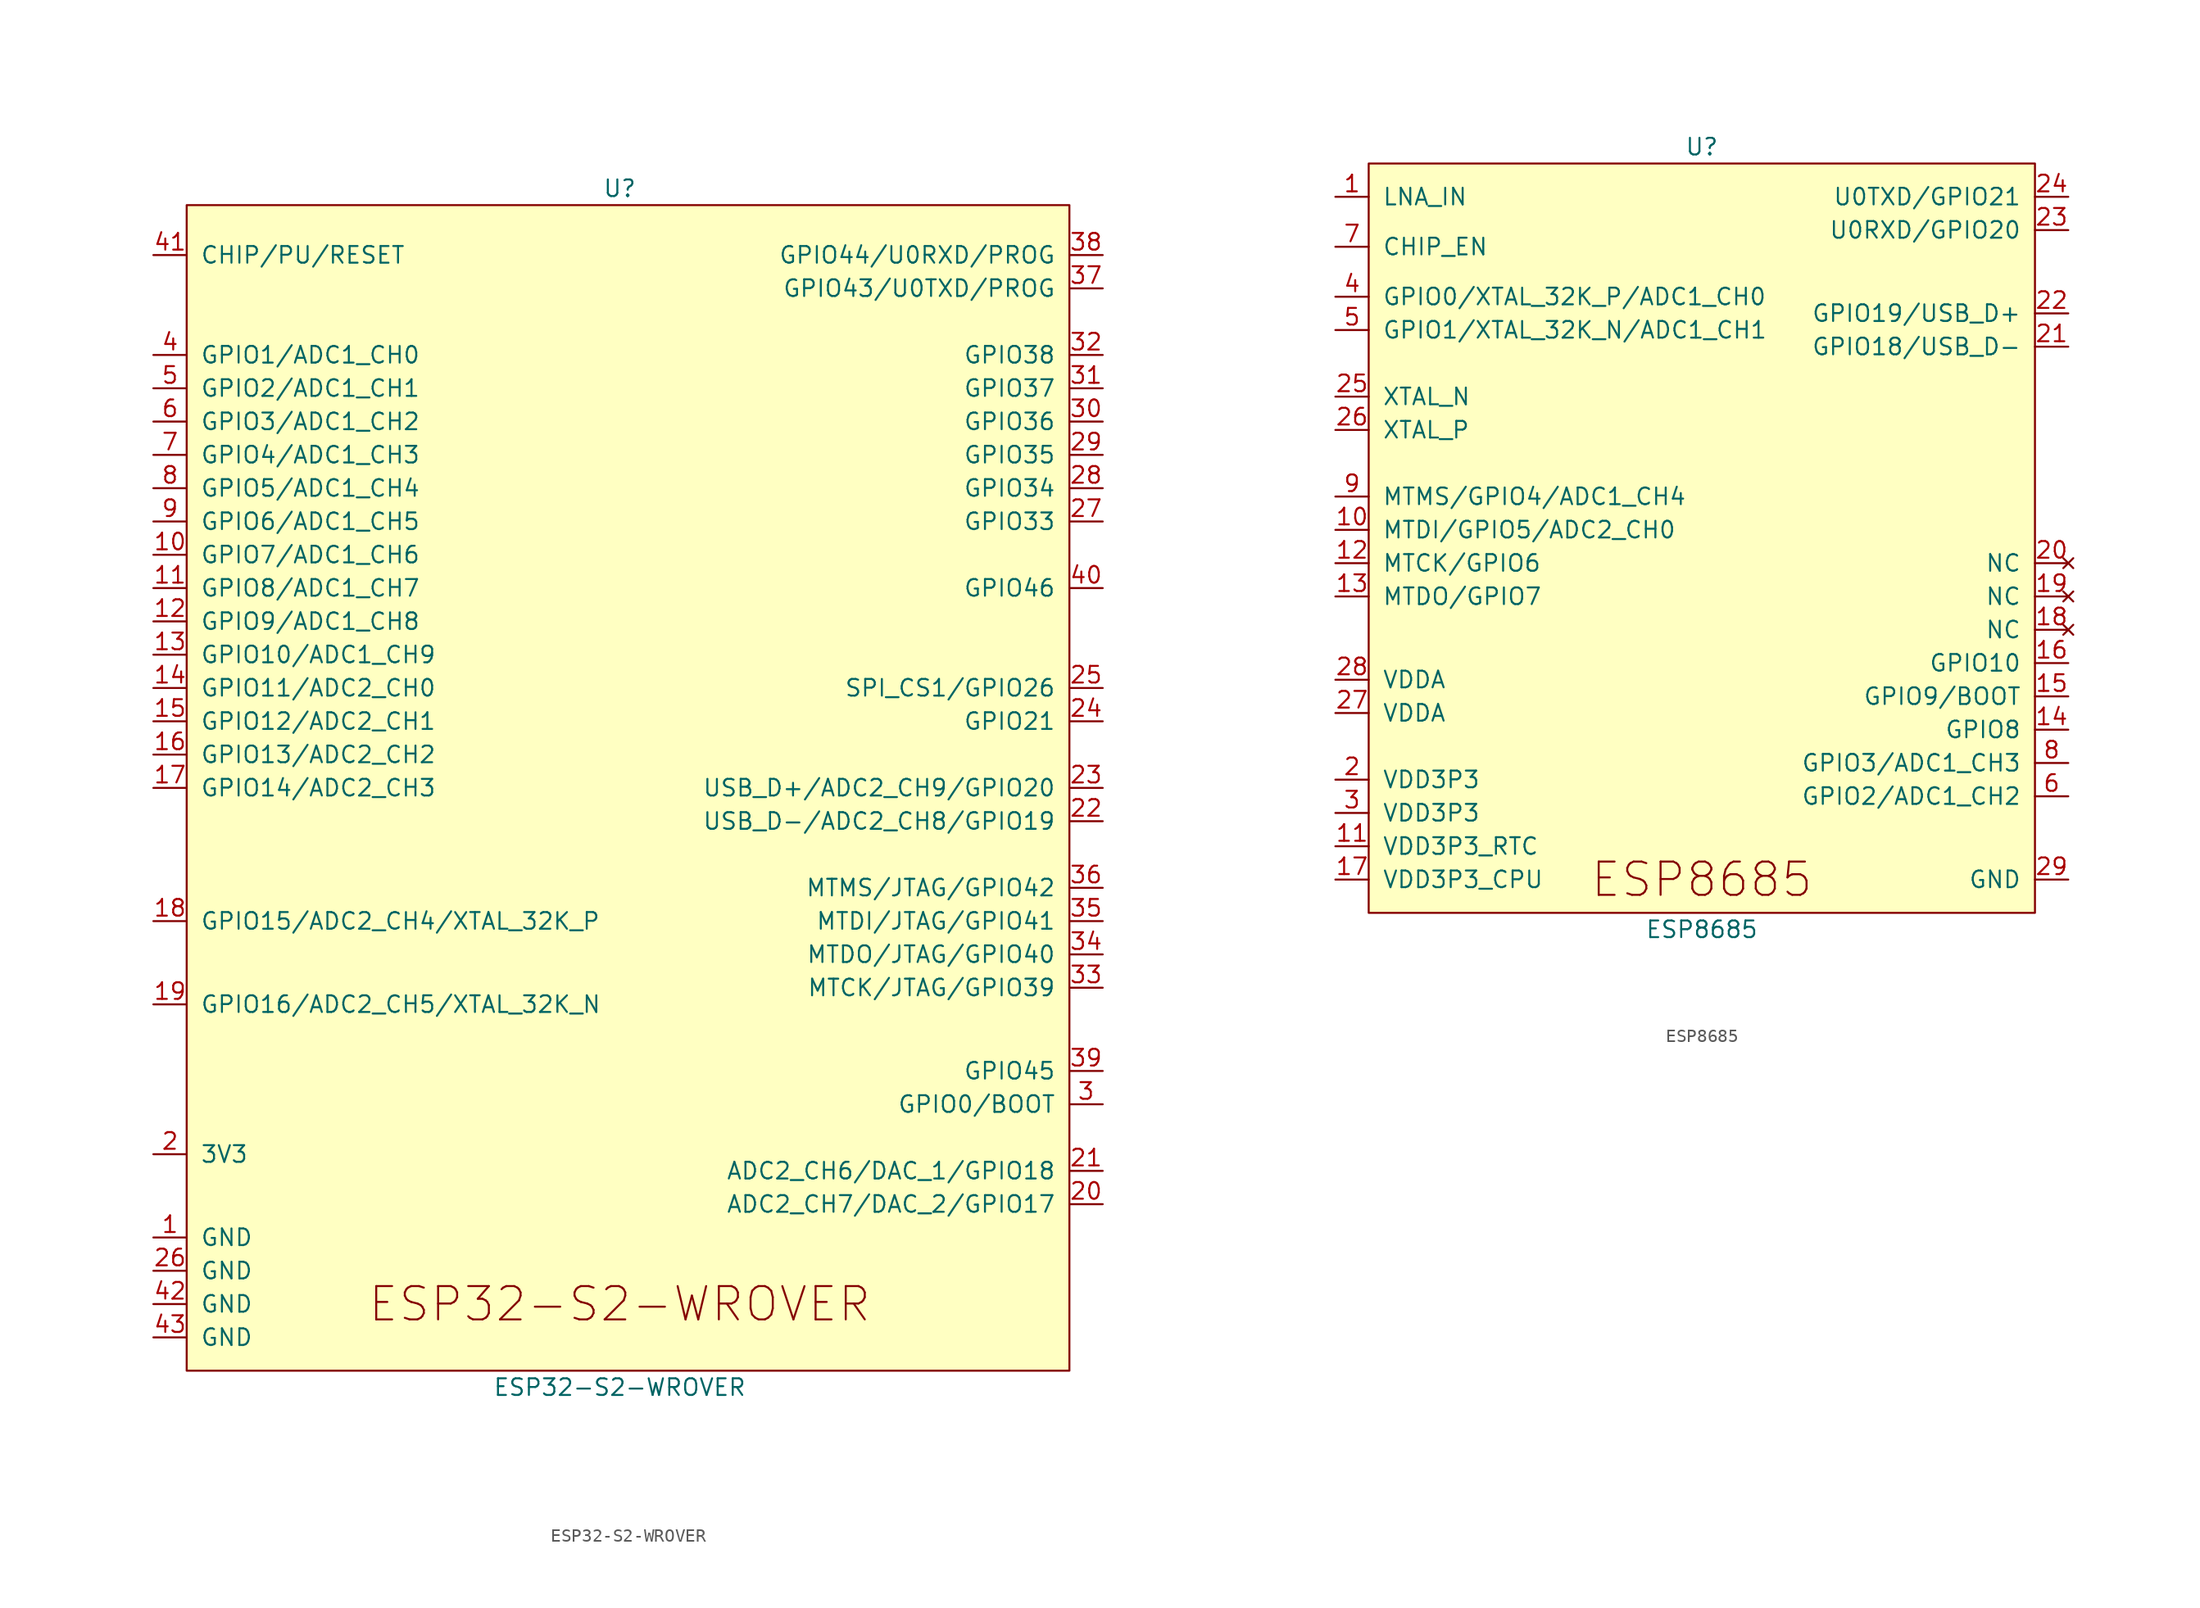
<source format=kicad_sym>
(kicad_symbol_lib
  (version 20211014)
  (generator kicad_symbol_editor)
  (symbol "ESP32-S2-WROVER"
    (pin_names
      (offset 1.016))
    (property "Reference" "U"
      (at 0 45.72 0)
      (effects (font (size 1.27 1.27))))
    (property "Value" "ESP32-S2-WROVER"
      (at 0 -45.72 0)
      (effects (font (size 1.27 1.27))))
    (symbol "ESP32-S2-WROVER_0_0"
      (rectangle (start -33.02 44.45) (end 34.29 -44.45) (stroke (width 0) (type default) (color 0 0 0 0)) (fill (type background)))
      (text "ESP32-S2-WROVER" (at 0 -39.37 0) (effects (font (size 2.54 2.54))))
      (pin power_in line (at -35.56 -34.29 0) (length 2.54) (name "GND" (effects (font (size 1.27 1.27)))) (number "1" (effects (font (size 1.27 1.27)))))
      (pin bidirectional line (at -35.56 17.78 0) (length 2.54) (name "GPIO7/ADC1_CH6" (effects (font (size 1.27 1.27)))) (number "10" (effects (font (size 1.27 1.27)))))
      (pin bidirectional line (at -35.56 15.24 0) (length 2.54) (name "GPIO8/ADC1_CH7" (effects (font (size 1.27 1.27)))) (number "11" (effects (font (size 1.27 1.27)))))
      (pin bidirectional line (at -35.56 12.7 0) (length 2.54) (name "GPIO9/ADC1_CH8" (effects (font (size 1.27 1.27)))) (number "12" (effects (font (size 1.27 1.27)))))
      (pin bidirectional line (at -35.56 10.16 0) (length 2.54) (name "GPIO10/ADC1_CH9" (effects (font (size 1.27 1.27)))) (number "13" (effects (font (size 1.27 1.27)))))
      (pin bidirectional line (at -35.56 7.62 0) (length 2.54) (name "GPIO11/ADC2_CH0" (effects (font (size 1.27 1.27)))) (number "14" (effects (font (size 1.27 1.27)))))
      (pin bidirectional line (at -35.56 5.08 0) (length 2.54) (name "GPIO12/ADC2_CH1" (effects (font (size 1.27 1.27)))) (number "15" (effects (font (size 1.27 1.27)))))
      (pin bidirectional line (at -35.56 2.54 0) (length 2.54) (name "GPIO13/ADC2_CH2" (effects (font (size 1.27 1.27)))) (number "16" (effects (font (size 1.27 1.27)))))
      (pin bidirectional line (at -35.56 0 0) (length 2.54) (name "GPIO14/ADC2_CH3" (effects (font (size 1.27 1.27)))) (number "17" (effects (font (size 1.27 1.27)))))
      (pin bidirectional line (at -35.56 -10.16 0) (length 2.54) (name "GPIO15/ADC2_CH4/XTAL_32K_P" (effects (font (size 1.27 1.27)))) (number "18" (effects (font (size 1.27 1.27)))))
      (pin bidirectional line (at -35.56 -16.51 0) (length 2.54) (name "GPIO16/ADC2_CH5/XTAL_32K_N" (effects (font (size 1.27 1.27)))) (number "19" (effects (font (size 1.27 1.27)))))
      (pin power_in line (at -35.56 -27.94 0) (length 2.54) (name "3V3" (effects (font (size 1.27 1.27)))) (number "2" (effects (font (size 1.27 1.27)))))
      (pin bidirectional line (at 36.83 -31.75 180) (length 2.54) (name "ADC2_CH7/DAC_2/GPIO17" (effects (font (size 1.27 1.27)))) (number "20" (effects (font (size 1.27 1.27)))))
      (pin bidirectional line (at 36.83 -29.21 180) (length 2.54) (name "ADC2_CH6/DAC_1/GPIO18" (effects (font (size 1.27 1.27)))) (number "21" (effects (font (size 1.27 1.27)))))
      (pin bidirectional line (at 36.83 -2.54 180) (length 2.54) (name "USB_D-/ADC2_CH8/GPIO19" (effects (font (size 1.27 1.27)))) (number "22" (effects (font (size 1.27 1.27)))))
      (pin bidirectional line (at 36.83 0 180) (length 2.54) (name "USB_D+/ADC2_CH9/GPIO20" (effects (font (size 1.27 1.27)))) (number "23" (effects (font (size 1.27 1.27)))))
      (pin bidirectional line (at 36.83 5.08 180) (length 2.54) (name "GPIO21" (effects (font (size 1.27 1.27)))) (number "24" (effects (font (size 1.27 1.27)))))
      (pin bidirectional line (at 36.83 7.62 180) (length 2.54) (name "SPI_CS1/GPIO26" (effects (font (size 1.27 1.27)))) (number "25" (effects (font (size 1.27 1.27)))))
      (pin power_in line (at -35.56 -36.83 0) (length 2.54) (name "GND" (effects (font (size 1.27 1.27)))) (number "26" (effects (font (size 1.27 1.27)))))
      (pin bidirectional line (at 36.83 20.32 180) (length 2.54) (name "GPIO33" (effects (font (size 1.27 1.27)))) (number "27" (effects (font (size 1.27 1.27)))))
      (pin bidirectional line (at 36.83 22.86 180) (length 2.54) (name "GPIO34" (effects (font (size 1.27 1.27)))) (number "28" (effects (font (size 1.27 1.27)))))
      (pin bidirectional line (at 36.83 25.4 180) (length 2.54) (name "GPIO35" (effects (font (size 1.27 1.27)))) (number "29" (effects (font (size 1.27 1.27)))))
      (pin bidirectional line (at 36.83 -24.13 180) (length 2.54) (name "GPIO0/BOOT" (effects (font (size 1.27 1.27)))) (number "3" (effects (font (size 1.27 1.27)))))
      (pin bidirectional line (at 36.83 27.94 180) (length 2.54) (name "GPIO36" (effects (font (size 1.27 1.27)))) (number "30" (effects (font (size 1.27 1.27)))))
      (pin bidirectional line (at 36.83 30.48 180) (length 2.54) (name "GPIO37" (effects (font (size 1.27 1.27)))) (number "31" (effects (font (size 1.27 1.27)))))
      (pin bidirectional line (at 36.83 33.02 180) (length 2.54) (name "GPIO38" (effects (font (size 1.27 1.27)))) (number "32" (effects (font (size 1.27 1.27)))))
      (pin bidirectional line (at 36.83 -15.24 180) (length 2.54) (name "MTCK/JTAG/GPIO39" (effects (font (size 1.27 1.27)))) (number "33" (effects (font (size 1.27 1.27)))))
      (pin bidirectional line (at 36.83 -12.7 180) (length 2.54) (name "MTDO/JTAG/GPIO40" (effects (font (size 1.27 1.27)))) (number "34" (effects (font (size 1.27 1.27)))))
      (pin bidirectional line (at 36.83 -10.16 180) (length 2.54) (name "MTDI/JTAG/GPIO41" (effects (font (size 1.27 1.27)))) (number "35" (effects (font (size 1.27 1.27)))))
      (pin bidirectional line (at 36.83 -7.62 180) (length 2.54) (name "MTMS/JTAG/GPIO42" (effects (font (size 1.27 1.27)))) (number "36" (effects (font (size 1.27 1.27)))))
      (pin bidirectional line (at 36.83 38.1 180) (length 2.54) (name "GPIO43/U0TXD/PROG" (effects (font (size 1.27 1.27)))) (number "37" (effects (font (size 1.27 1.27)))))
      (pin bidirectional line (at 36.83 40.64 180) (length 2.54) (name "GPIO44/U0RXD/PROG" (effects (font (size 1.27 1.27)))) (number "38" (effects (font (size 1.27 1.27)))))
      (pin bidirectional line (at 36.83 -21.59 180) (length 2.54) (name "GPIO45" (effects (font (size 1.27 1.27)))) (number "39" (effects (font (size 1.27 1.27)))))
      (pin bidirectional line (at -35.56 33.02 0) (length 2.54) (name "GPIO1/ADC1_CH0" (effects (font (size 1.27 1.27)))) (number "4" (effects (font (size 1.27 1.27)))))
      (pin input line (at 36.83 15.24 180) (length 2.54) (name "GPIO46" (effects (font (size 1.27 1.27)))) (number "40" (effects (font (size 1.27 1.27)))))
      (pin input line (at -35.56 40.64 0) (length 2.54) (name "CHIP/PU/RESET" (effects (font (size 1.27 1.27)))) (number "41" (effects (font (size 1.27 1.27)))))
      (pin power_in line (at -35.56 -39.37 0) (length 2.54) (name "GND" (effects (font (size 1.27 1.27)))) (number "42" (effects (font (size 1.27 1.27)))))
      (pin power_in line (at -35.56 -41.91 0) (length 2.54) (name "GND" (effects (font (size 1.27 1.27)))) (number "43" (effects (font (size 1.27 1.27)))))
      (pin bidirectional line (at -35.56 30.48 0) (length 2.54) (name "GPIO2/ADC1_CH1" (effects (font (size 1.27 1.27)))) (number "5" (effects (font (size 1.27 1.27)))))
      (pin bidirectional line (at -35.56 27.94 0) (length 2.54) (name "GPIO3/ADC1_CH2" (effects (font (size 1.27 1.27)))) (number "6" (effects (font (size 1.27 1.27)))))
      (pin bidirectional line (at -35.56 25.4 0) (length 2.54) (name "GPIO4/ADC1_CH3" (effects (font (size 1.27 1.27)))) (number "7" (effects (font (size 1.27 1.27)))))
      (pin bidirectional line (at -35.56 22.86 0) (length 2.54) (name "GPIO5/ADC1_CH4" (effects (font (size 1.27 1.27)))) (number "8" (effects (font (size 1.27 1.27)))))
      (pin bidirectional line (at -35.56 20.32 0) (length 2.54) (name "GPIO6/ADC1_CH5" (effects (font (size 1.27 1.27)))) (number "9" (effects (font (size 1.27 1.27)))))))
  (symbol "ESP8685"
    (pin_names
      (offset 1.016))
    (property "Reference" "U"
      (at 0 31.75 0)
      (effects (font (size 1.27 1.27))))
    (property "Value" "ESP8685"
      (at 0 -27.94 0)
      (effects (font (size 1.27 1.27))))
    (symbol "ESP8685_0_0"
      (text "ESP8685" (at 0 -24.13 0) (effects (font (size 2.54 2.54))))
      (pin bidirectional line (at -27.94 27.94 0) (length 2.54) (name "LNA_IN" (effects (font (size 1.27 1.27)))) (number "1" (effects (font (size 1.27 1.27)))))
      (pin bidirectional line (at -27.94 2.54 0) (length 2.54) (name "MTDI/GPIO5/ADC2_CH0" (effects (font (size 1.27 1.27)))) (number "10" (effects (font (size 1.27 1.27)))))
      (pin power_in line (at -27.94 -21.59 0) (length 2.54) (name "VDD3P3_RTC" (effects (font (size 1.27 1.27)))) (number "11" (effects (font (size 1.27 1.27)))))
      (pin bidirectional line (at -27.94 0 0) (length 2.54) (name "MTCK/GPIO6" (effects (font (size 1.27 1.27)))) (number "12" (effects (font (size 1.27 1.27)))))
      (pin bidirectional line (at -27.94 -2.54 0) (length 2.54) (name "MTDO/GPIO7" (effects (font (size 1.27 1.27)))) (number "13" (effects (font (size 1.27 1.27)))))
      (pin bidirectional line (at 27.94 -12.7 180) (length 2.54) (name "GPIO8" (effects (font (size 1.27 1.27)))) (number "14" (effects (font (size 1.27 1.27)))))
      (pin bidirectional line (at 27.94 -10.16 180) (length 2.54) (name "GPIO9/BOOT" (effects (font (size 1.27 1.27)))) (number "15" (effects (font (size 1.27 1.27)))))
      (pin bidirectional line (at 27.94 -7.62 180) (length 2.54) (name "GPIO10" (effects (font (size 1.27 1.27)))) (number "16" (effects (font (size 1.27 1.27)))))
      (pin power_in line (at -27.94 -24.13 0) (length 2.54) (name "VDD3P3_CPU" (effects (font (size 1.27 1.27)))) (number "17" (effects (font (size 1.27 1.27)))))
      (pin no_connect line (at 27.94 -5.08 180) (length 2.54) (name "NC" (effects (font (size 1.27 1.27)))) (number "18" (effects (font (size 1.27 1.27)))))
      (pin no_connect line (at 27.94 -2.54 180) (length 2.54) (name "NC" (effects (font (size 1.27 1.27)))) (number "19" (effects (font (size 1.27 1.27)))))
      (pin power_in line (at -27.94 -16.51 0) (length 2.54) (name "VDD3P3" (effects (font (size 1.27 1.27)))) (number "2" (effects (font (size 1.27 1.27)))))
      (pin no_connect line (at 27.94 0 180) (length 2.54) (name "NC" (effects (font (size 1.27 1.27)))) (number "20" (effects (font (size 1.27 1.27)))))
      (pin bidirectional line (at 27.94 16.51 180) (length 2.54) (name "GPIO18/USB_D-" (effects (font (size 1.27 1.27)))) (number "21" (effects (font (size 1.27 1.27)))))
      (pin bidirectional line (at 27.94 19.05 180) (length 2.54) (name "GPIO19/USB_D+" (effects (font (size 1.27 1.27)))) (number "22" (effects (font (size 1.27 1.27)))))
      (pin bidirectional line (at 27.94 25.4 180) (length 2.54) (name "U0RXD/GPIO20" (effects (font (size 1.27 1.27)))) (number "23" (effects (font (size 1.27 1.27)))))
      (pin bidirectional line (at 27.94 27.94 180) (length 2.54) (name "U0TXD/GPIO21" (effects (font (size 1.27 1.27)))) (number "24" (effects (font (size 1.27 1.27)))))
      (pin output line (at -27.94 12.7 0) (length 2.54) (name "XTAL_N" (effects (font (size 1.27 1.27)))) (number "25" (effects (font (size 1.27 1.27)))))
      (pin input line (at -27.94 10.16 0) (length 2.54) (name "XTAL_P" (effects (font (size 1.27 1.27)))) (number "26" (effects (font (size 1.27 1.27)))))
      (pin power_in line (at -27.94 -11.43 0) (length 2.54) (name "VDDA" (effects (font (size 1.27 1.27)))) (number "27" (effects (font (size 1.27 1.27)))))
      (pin power_in line (at -27.94 -8.89 0) (length 2.54) (name "VDDA" (effects (font (size 1.27 1.27)))) (number "28" (effects (font (size 1.27 1.27)))))
      (pin power_in line (at 27.94 -24.13 180) (length 2.54) (name "GND" (effects (font (size 1.27 1.27)))) (number "29" (effects (font (size 1.27 1.27)))))
      (pin power_in line (at -27.94 -19.05 0) (length 2.54) (name "VDD3P3" (effects (font (size 1.27 1.27)))) (number "3" (effects (font (size 1.27 1.27)))))
      (pin output line (at -27.94 20.32 0) (length 2.54) (name "GPIO0/XTAL_32K_P/ADC1_CH0" (effects (font (size 1.27 1.27)))) (number "4" (effects (font (size 1.27 1.27)))))
      (pin input line (at -27.94 17.78 0) (length 2.54) (name "GPIO1/XTAL_32K_N/ADC1_CH1" (effects (font (size 1.27 1.27)))) (number "5" (effects (font (size 1.27 1.27)))))
      (pin bidirectional line (at 27.94 -17.78 180) (length 2.54) (name "GPIO2/ADC1_CH2" (effects (font (size 1.27 1.27)))) (number "6" (effects (font (size 1.27 1.27)))))
      (pin input line (at -27.94 24.13 0) (length 2.54) (name "CHIP_EN" (effects (font (size 1.27 1.27)))) (number "7" (effects (font (size 1.27 1.27)))))
      (pin bidirectional line (at 27.94 -15.24 180) (length 2.54) (name "GPIO3/ADC1_CH3" (effects (font (size 1.27 1.27)))) (number "8" (effects (font (size 1.27 1.27)))))
      (pin bidirectional line (at -27.94 5.08 0) (length 2.54) (name "MTMS/GPIO4/ADC1_CH4" (effects (font (size 1.27 1.27)))) (number "9" (effects (font (size 1.27 1.27))))))
    (symbol "ESP8685_0_1"
      (rectangle (start -25.4 30.48) (end 25.4 -26.67) (stroke (width 0) (type default) (color 0 0 0 0)) (fill (type background))))))
</source>
